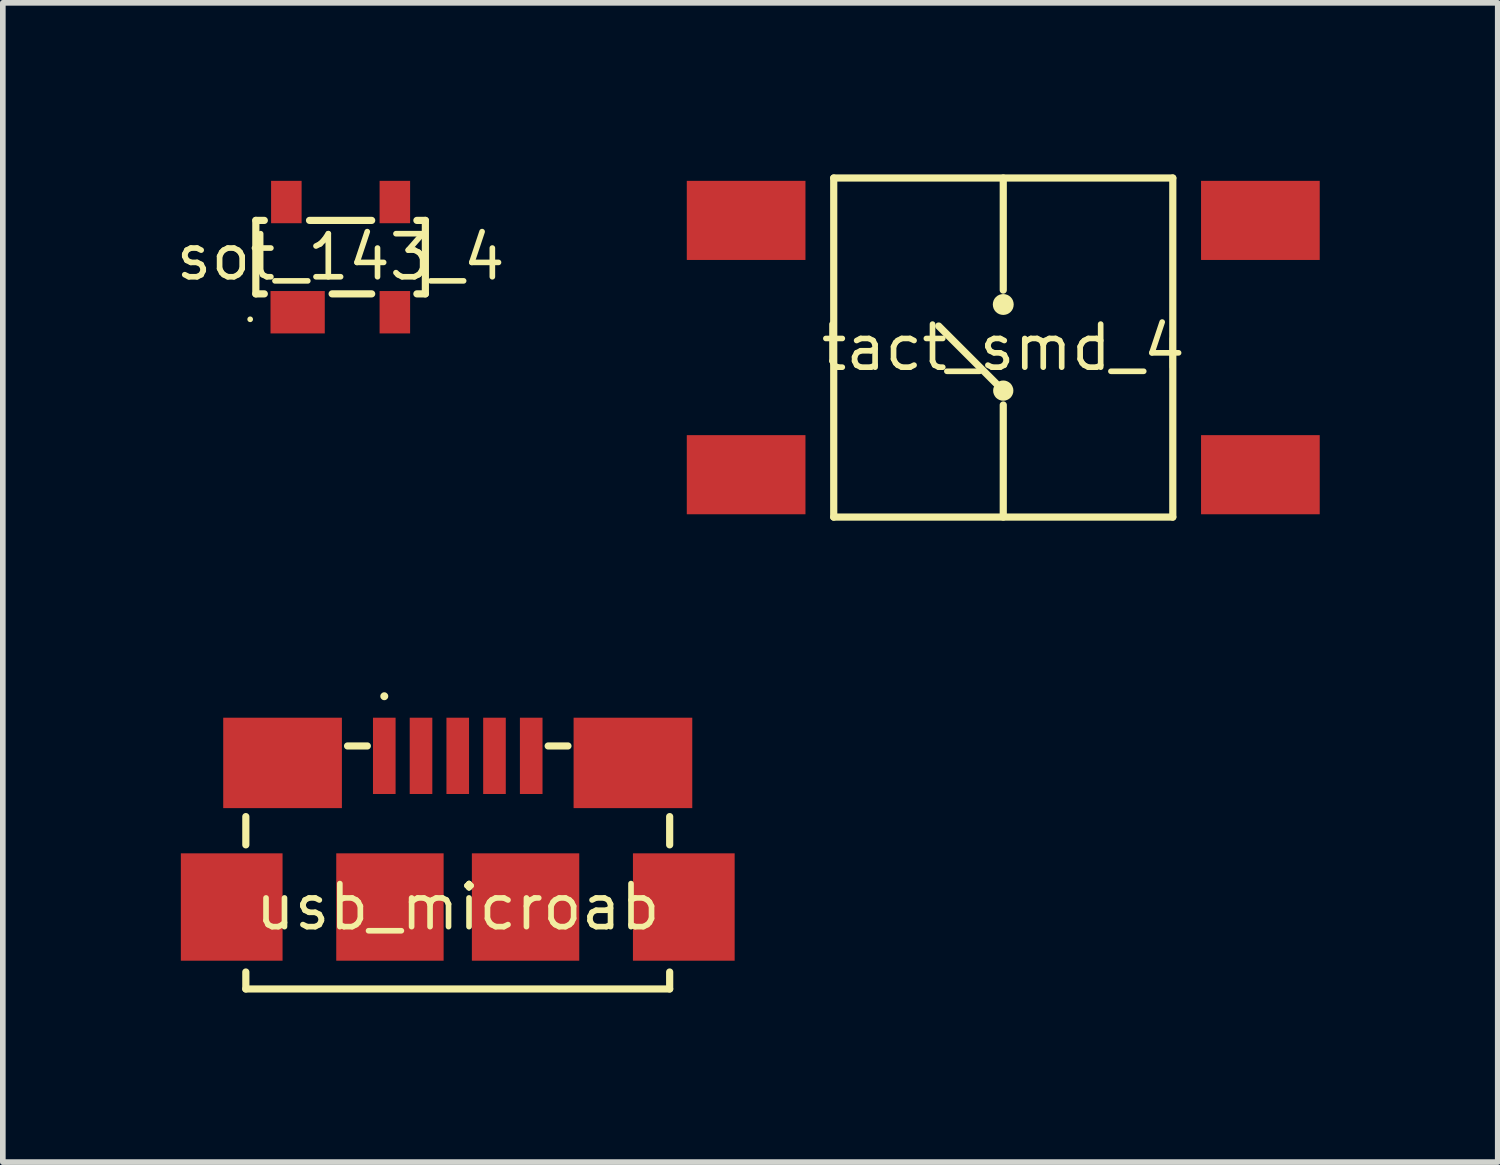
<source format=kicad_pcb>
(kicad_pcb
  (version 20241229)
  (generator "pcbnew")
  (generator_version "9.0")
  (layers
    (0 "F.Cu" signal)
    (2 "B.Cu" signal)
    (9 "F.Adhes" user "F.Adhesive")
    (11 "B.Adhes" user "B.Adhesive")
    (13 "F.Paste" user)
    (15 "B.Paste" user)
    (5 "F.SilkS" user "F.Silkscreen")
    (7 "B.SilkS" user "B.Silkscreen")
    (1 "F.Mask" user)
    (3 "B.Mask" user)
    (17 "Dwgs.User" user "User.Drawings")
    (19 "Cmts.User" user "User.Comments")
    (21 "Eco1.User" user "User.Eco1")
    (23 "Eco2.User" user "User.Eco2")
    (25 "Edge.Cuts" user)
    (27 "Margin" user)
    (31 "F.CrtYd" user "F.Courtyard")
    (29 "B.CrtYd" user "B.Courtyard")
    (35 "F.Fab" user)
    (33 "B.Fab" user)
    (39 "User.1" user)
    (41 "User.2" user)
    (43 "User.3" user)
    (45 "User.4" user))
  (footprint "usb_microab"
    (layer "F.Cu")
    (at 5.05 13)
    (property "Reference" "usb_microab" (at 0 0 0) (layer "F.SilkS") (effects (font (size 0.762 0.762) (thickness 0.1))))
    (attr through_hole)
    (fp_poly (pts (xy -5.05 1.1) (xy -2.95 1.1) (xy -2.95 -1.1) (xy -5.05 -1.1)) (stroke (width 0) (type solid)) (fill yes) (layer "F.Mask"))
    (fp_poly (pts (xy -4.3 -1.6) (xy -1.9 -1.6) (xy -1.9 -3.5) (xy -4.3 -3.5)) (stroke (width 0) (type solid)) (fill yes) (layer "F.Mask"))
    (fp_poly (pts (xy -2.3 1.1) (xy -0.1 1.1) (xy -0.1 -1.1) (xy -2.3 -1.1)) (stroke (width 0) (type solid)) (fill yes) (layer "F.Mask"))
    (fp_poly (pts (xy -1.65 -1.85) (xy -0.95 -1.85) (xy -0.95 -3.5) (xy -1.65 -3.5)) (stroke (width 0) (type solid)) (fill yes) (layer "F.Mask"))
    (fp_poly (pts (xy -1 -1.85) (xy -0.3 -1.85) (xy -0.3 -3.5) (xy -1 -3.5)) (stroke (width 0) (type solid)) (fill yes) (layer "F.Mask"))
    (fp_poly (pts (xy -0.35 -1.85) (xy 0.35 -1.85) (xy 0.35 -3.5) (xy -0.35 -3.5)) (stroke (width 0) (type solid)) (fill yes) (layer "F.Mask"))
    (fp_poly (pts (xy 0.1 1.1) (xy 2.3 1.1) (xy 2.3 -1.1) (xy 0.1 -1.1)) (stroke (width 0) (type solid)) (fill yes) (layer "F.Mask"))
    (fp_poly (pts (xy 0.3 -1.85) (xy 1 -1.85) (xy 1 -3.5) (xy 0.3 -3.5)) (stroke (width 0) (type solid)) (fill yes) (layer "F.Mask"))
    (fp_poly (pts (xy 0.95 -1.85) (xy 1.65 -1.85) (xy 1.65 -3.5) (xy 0.95 -3.5)) (stroke (width 0) (type solid)) (fill yes) (layer "F.Mask"))
    (fp_poly (pts (xy 1.9 -1.6) (xy 4.3 -1.6) (xy 4.3 -3.5) (xy 1.9 -3.5)) (stroke (width 0) (type solid)) (fill yes) (layer "F.Mask"))
    (fp_poly (pts (xy 2.95 1.1) (xy 5.05 1.1) (xy 5.05 -1.1) (xy 2.95 -1.1)) (stroke (width 0) (type solid)) (fill yes) (layer "F.Mask"))
    (fp_line (start -3.75 -1.6) (end -3.75 -1.1) (stroke (width 0.127) (type solid)) (layer "F.SilkS"))
    (fp_line (start -3.75 1.45) (end -3.75 1.15) (stroke (width 0.127) (type solid)) (layer "F.SilkS"))
    (fp_line (start -3.75 1.45) (end 3.75 1.45) (stroke (width 0.127) (type solid)) (layer "F.SilkS"))
    (fp_line (start -1.95 -2.85) (end -1.6 -2.85) (stroke (width 0.127) (type solid)) (layer "F.SilkS"))
    (fp_line (start 1.6 -2.85) (end 1.95 -2.85) (stroke (width 0.127) (type solid)) (layer "F.SilkS"))
    (fp_line (start 3.75 -1.6) (end 3.75 -1.1) (stroke (width 0.127) (type solid)) (layer "F.SilkS"))
    (fp_line (start 3.75 1.15) (end 3.75 1.45) (stroke (width 0.127) (type solid)) (layer "F.SilkS"))
    (fp_poly (pts (xy -1.23 -3.73) (xy -1.231 -3.744) (xy -1.235 -3.757) (xy -1.242 -3.769) (xy -1.251 -3.779) (xy -1.261 -3.788) (xy -1.273 -3.795) (xy -1.286 -3.799) (xy -1.3 -3.8) (xy -1.314 -3.799) (xy -1.327 -3.795) (xy -1.339 -3.788) (xy -1.349 -3.779) (xy -1.358 -3.769) (xy -1.365 -3.757) (xy -1.369 -3.744) (xy -1.37 -3.73) (xy -1.369 -3.716) (xy -1.365 -3.703) (xy -1.358 -3.691) (xy -1.349 -3.681) (xy -1.339 -3.672) (xy -1.327 -3.665) (xy -1.314 -3.661) (xy -1.3 -3.66) (xy -1.286 -3.661) (xy -1.273 -3.665) (xy -1.261 -3.672) (xy -1.251 -3.681) (xy -1.242 -3.691) (xy -1.235 -3.703) (xy -1.231 -3.716)) (stroke (width 0) (type solid)) (fill yes) (layer "F.SilkS"))
    (pad "1" smd rect (at -1.3 -2.675) (size 0.4 1.35) (layers "F.Cu" "F.Paste"))
    (pad "2" smd rect (at -0.65 -2.675) (size 0.4 1.35) (layers "F.Cu" "F.Paste"))
    (pad "3" smd rect (at 0 -2.675) (size 0.4 1.35) (layers "F.Cu" "F.Paste"))
    (pad "4" smd rect (at 0.65 -2.675) (size 0.4 1.35) (layers "F.Cu" "F.Paste"))
    (pad "5" smd rect (at 1.3 -2.675) (size 0.4 1.35) (layers "F.Cu" "F.Paste"))
    (pad "6" smd rect (at -3.1 -2.55) (size 2.1 1.6) (layers "F.Cu" "F.Paste"))
    (pad "7" smd rect (at 4 0) (size 1.8 1.9) (layers "F.Cu" "F.Paste"))
    (pad "8" smd rect (at -1.2 0) (size 1.9 1.9) (layers "F.Cu" "F.Paste"))
    (pad "9" smd rect (at 1.2 0) (size 1.9 1.9) (layers "F.Cu" "F.Paste"))
    (pad "10" smd rect (at 3.1 -2.55) (size 2.1 1.6) (layers "F.Cu" "F.Paste"))
    (pad "11" smd rect (at -4 0) (size 1.8 1.9) (layers "F.Cu" "F.Paste")))
  (footprint "sot_143_4"
    (layer "F.Cu")
    (at 2.977 1.5)
    (property "Reference" "sot_143_4" (at 0 0 0) (layer "F.SilkS") (effects (font (size 0.762 0.762) (thickness 0.1))))
    (attr through_hole)
    (fp_poly (pts (xy -1.39 1.5) (xy -0.13 1.5) (xy -0.13 0.45) (xy -1.39 0.45)) (stroke (width 0) (type solid)) (fill yes) (layer "F.Mask"))
    (fp_poly (pts (xy -1.38 -0.45) (xy -0.54 -0.45) (xy -0.54 -1.5) (xy -1.38 -1.5)) (stroke (width 0) (type solid)) (fill yes) (layer "F.Mask"))
    (fp_poly (pts (xy 0.54 -0.45) (xy 1.38 -0.45) (xy 1.38 -1.5) (xy 0.54 -1.5)) (stroke (width 0) (type solid)) (fill yes) (layer "F.Mask"))
    (fp_poly (pts (xy 0.54 1.5) (xy 1.38 1.5) (xy 1.38 0.45) (xy 0.54 0.45)) (stroke (width 0) (type solid)) (fill yes) (layer "F.Mask"))
    (fp_line (start -1.5 -0.65) (end -1.5 0.65) (stroke (width 0.127) (type solid)) (layer "F.SilkS"))
    (fp_line (start -1.5 -0.65) (end -1.35 -0.65) (stroke (width 0.127) (type solid)) (layer "F.SilkS"))
    (fp_line (start -1.5 0.65) (end -1.35 0.65) (stroke (width 0.127) (type solid)) (layer "F.SilkS"))
    (fp_line (start -0.55 -0.65) (end 0.55 -0.65) (stroke (width 0.127) (type solid)) (layer "F.SilkS"))
    (fp_line (start -0.15 0.65) (end 0.55 0.65) (stroke (width 0.127) (type solid)) (layer "F.SilkS"))
    (fp_line (start 1.5 -0.65) (end 1.35 -0.65) (stroke (width 0.127) (type solid)) (layer "F.SilkS"))
    (fp_line (start 1.5 -0.65) (end 1.5 0.65) (stroke (width 0.127) (type solid)) (layer "F.SilkS"))
    (fp_line (start 1.5 0.65) (end 1.35 0.65) (stroke (width 0.127) (type solid)) (layer "F.SilkS"))
    (fp_poly (pts (xy -1.55 1.1) (xy -1.551 1.09) (xy -1.554 1.081) (xy -1.558 1.072) (xy -1.565 1.065) (xy -1.572 1.058) (xy -1.581 1.054) (xy -1.59 1.051) (xy -1.6 1.05) (xy -1.61 1.051) (xy -1.619 1.054) (xy -1.628 1.058) (xy -1.635 1.065) (xy -1.642 1.072) (xy -1.646 1.081) (xy -1.649 1.09) (xy -1.65 1.1) (xy -1.649 1.11) (xy -1.646 1.119) (xy -1.642 1.128) (xy -1.635 1.135) (xy -1.628 1.142) (xy -1.619 1.146) (xy -1.61 1.149) (xy -1.6 1.15) (xy -1.59 1.149) (xy -1.581 1.146) (xy -1.572 1.142) (xy -1.565 1.135) (xy -1.558 1.128) (xy -1.554 1.119) (xy -1.551 1.11)) (stroke (width 0) (type solid)) (fill yes) (layer "F.SilkS"))
    (pad "1" smd rect (at -0.76 0.975) (size 0.96 0.75) (layers "F.Cu" "F.Paste"))
    (pad "2" smd rect (at 0.96 0.975) (size 0.54 0.75) (layers "F.Cu" "F.Paste"))
    (pad "3" smd rect (at 0.96 -0.975) (size 0.54 0.75) (layers "F.Cu" "F.Paste"))
    (pad "4" smd rect (at -0.96 -0.975) (size 0.54 0.75) (layers "F.Cu" "F.Paste")))
  (footprint "tact_smd_4"
    (layer "F.Cu")
    (at 14.703 3.1)
    (property "Reference" "tact_smd_4" (at 0 0 0) (layer "F.SilkS") (effects (font (size 0.762 0.762) (thickness 0.1))))
    (attr through_hole)
    (fp_poly (pts (xy -5.75 -1.4) (xy -3.35 -1.4) (xy -3.35 -3.1) (xy -5.75 -3.1)) (stroke (width 0) (type solid)) (fill yes) (layer "F.Mask"))
    (fp_poly (pts (xy -5.75 3.1) (xy -3.35 3.1) (xy -3.35 1.4) (xy -5.75 1.4)) (stroke (width 0) (type solid)) (fill yes) (layer "F.Mask"))
    (fp_poly (pts (xy 3.35 -1.4) (xy 5.75 -1.4) (xy 5.75 -3.1) (xy 3.35 -3.1)) (stroke (width 0) (type solid)) (fill yes) (layer "F.Mask"))
    (fp_poly (pts (xy 3.35 3.1) (xy 5.75 3.1) (xy 5.75 1.4) (xy 3.35 1.4)) (stroke (width 0) (type solid)) (fill yes) (layer "F.Mask"))
    (fp_line (start -3 -3) (end 3 -3) (stroke (width 0.127) (type solid)) (layer "F.SilkS"))
    (fp_line (start -3 3) (end -3 -3) (stroke (width 0.127) (type solid)) (layer "F.SilkS"))
    (fp_line (start -1.143 -0.381) (end -0.127 0.635) (stroke (width 0.127) (type solid)) (layer "F.SilkS"))
    (fp_line (start 0 -3) (end 0 -1.016) (stroke (width 0.127) (type solid)) (layer "F.SilkS"))
    (fp_line (start 0 1.016) (end 0 3) (stroke (width 0.127) (type solid)) (layer "F.SilkS"))
    (fp_line (start 3 -3) (end 3 3) (stroke (width 0.127) (type solid)) (layer "F.SilkS"))
    (fp_line (start 3 3) (end -3 3) (stroke (width 0.127) (type solid)) (layer "F.SilkS"))
    (fp_poly (pts (xy 0.179 0.762) (xy 0.176 0.727) (xy 0.165 0.694) (xy 0.149 0.663) (xy 0.127 0.635) (xy 0.099 0.613) (xy 0.069 0.597) (xy 0.035 0.586) (xy 0 0.583) (xy -0.035 0.586) (xy -0.069 0.597) (xy -0.099 0.613) (xy -0.127 0.635) (xy -0.149 0.663) (xy -0.165 0.694) (xy -0.176 0.727) (xy -0.179 0.762) (xy -0.176 0.797) (xy -0.165 0.831) (xy -0.149 0.861) (xy -0.127 0.889) (xy -0.099 0.911) (xy -0.069 0.927) (xy -0.035 0.938) (xy 0 0.941) (xy 0.035 0.938) (xy 0.069 0.927) (xy 0.099 0.911) (xy 0.127 0.889) (xy 0.149 0.861) (xy 0.165 0.831) (xy 0.176 0.797)) (stroke (width 0) (type solid)) (fill yes) (layer "F.SilkS"))
    (fp_poly (pts (xy 0.185 -0.762) (xy 0.181 -0.798) (xy 0.171 -0.833) (xy 0.154 -0.865) (xy 0.131 -0.893) (xy 0.103 -0.916) (xy 0.071 -0.933) (xy 0.036 -0.943) (xy 0 -0.947) (xy -0.036 -0.943) (xy -0.071 -0.933) (xy -0.103 -0.916) (xy -0.131 -0.893) (xy -0.154 -0.865) (xy -0.171 -0.833) (xy -0.181 -0.798) (xy -0.185 -0.762) (xy -0.181 -0.726) (xy -0.171 -0.691) (xy -0.154 -0.659) (xy -0.131 -0.631) (xy -0.103 -0.608) (xy -0.071 -0.591) (xy -0.036 -0.581) (xy 0 -0.577) (xy 0.036 -0.581) (xy 0.071 -0.591) (xy 0.103 -0.608) (xy 0.131 -0.631) (xy 0.154 -0.659) (xy 0.171 -0.691) (xy 0.181 -0.726)) (stroke (width 0) (type solid)) (fill yes) (layer "F.SilkS"))
    (pad "1" smd rect (at 4.55 -2.25) (size 2.1 1.4) (layers "F.Cu" "F.Paste"))
    (pad "2" smd rect (at 4.55 2.25) (size 2.1 1.4) (layers "F.Cu" "F.Paste"))
    (pad "3" smd rect (at -4.55 -2.25) (size 2.1 1.4) (layers "F.Cu" "F.Paste"))
    (pad "4" smd rect (at -4.55 2.25) (size 2.1 1.4) (layers "F.Cu" "F.Paste")))
  (gr_rect
    (start -3 -3)
    (end 23.453 17.514)
    (stroke (width 0.1) (type default))
    (fill no)
    (layer "Edge.Cuts")))
</source>
